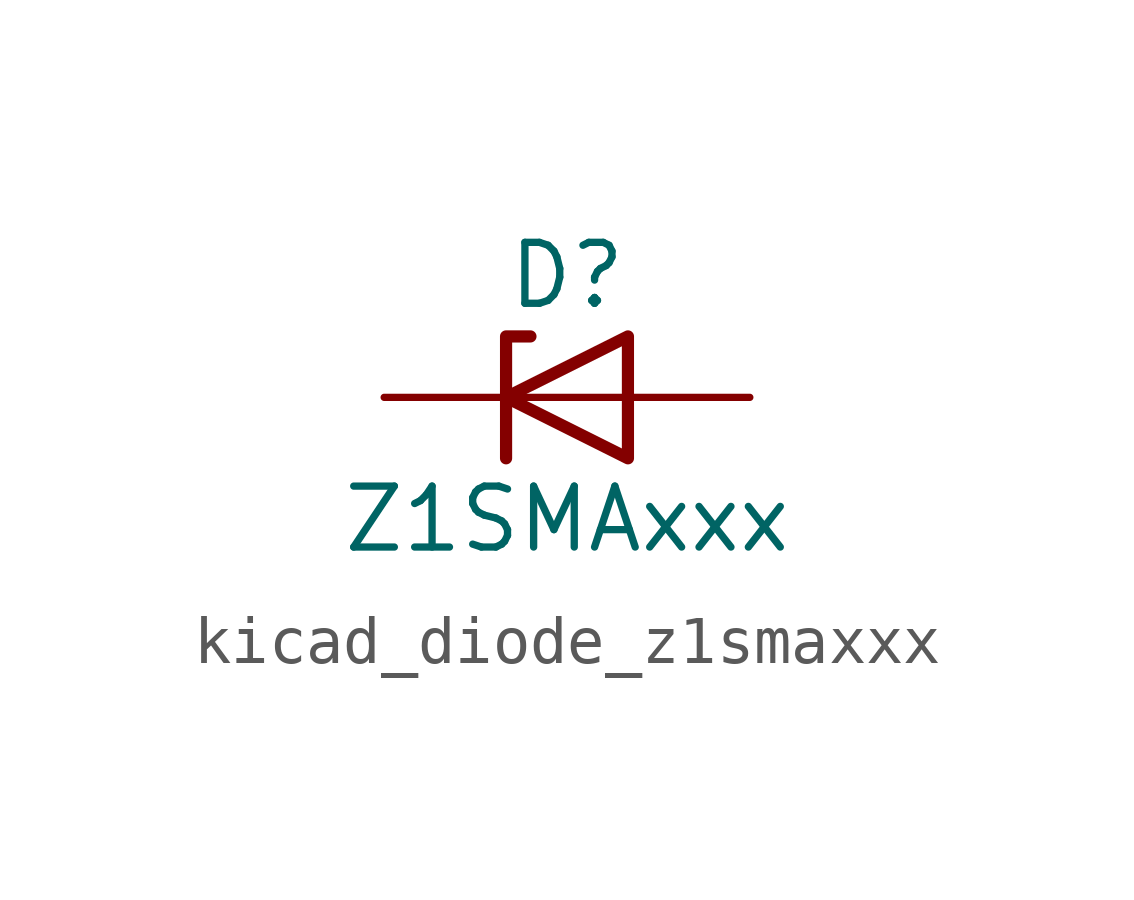
<source format=kicad_sym>
(kicad_symbol_lib
  (version 20220914)
  (generator kicad_symbol_editor)
  (symbol "kicad_diode_z1smaxxx"
    (pin_numbers hide)
    (pin_names hide)
    (property "Reference" "D"
      (at 0 2.54 0)
      (effects (font (size 1.27 1.27))))
    (property "Value" "Z1SMAxxx"
      (at 0 -2.54 0)
      (effects (font (size 1.27 1.27))))
    (symbol "kicad_diode_z1smaxxx_0_1"
      (polyline (pts (xy 1.27 0) (xy -1.27 0)) (stroke (width 0) (type default)) (fill (type none)))
      (polyline (pts (xy -1.27 -1.27) (xy -1.27 1.27) (xy -0.762 1.27)) (stroke (width 0.254) (type default)) (fill (type none)))
      (polyline (pts (xy 1.27 -1.27) (xy 1.27 1.27) (xy -1.27 0) (xy 1.27 -1.27)) (stroke (width 0.254) (type default)) (fill (type none))))
    (symbol "kicad_diode_z1smaxxx_1_1"
      (pin passive line (at -3.81 0 0) (length 2.54) (name "K" (effects (font (size 1.27 1.27)))) (number "1" (effects (font (size 1.27 1.27)))))
      (pin passive line (at 3.81 0 180) (length 2.54) (name "A" (effects (font (size 1.27 1.27)))) (number "2" (effects (font (size 1.27 1.27))))))))
</source>
